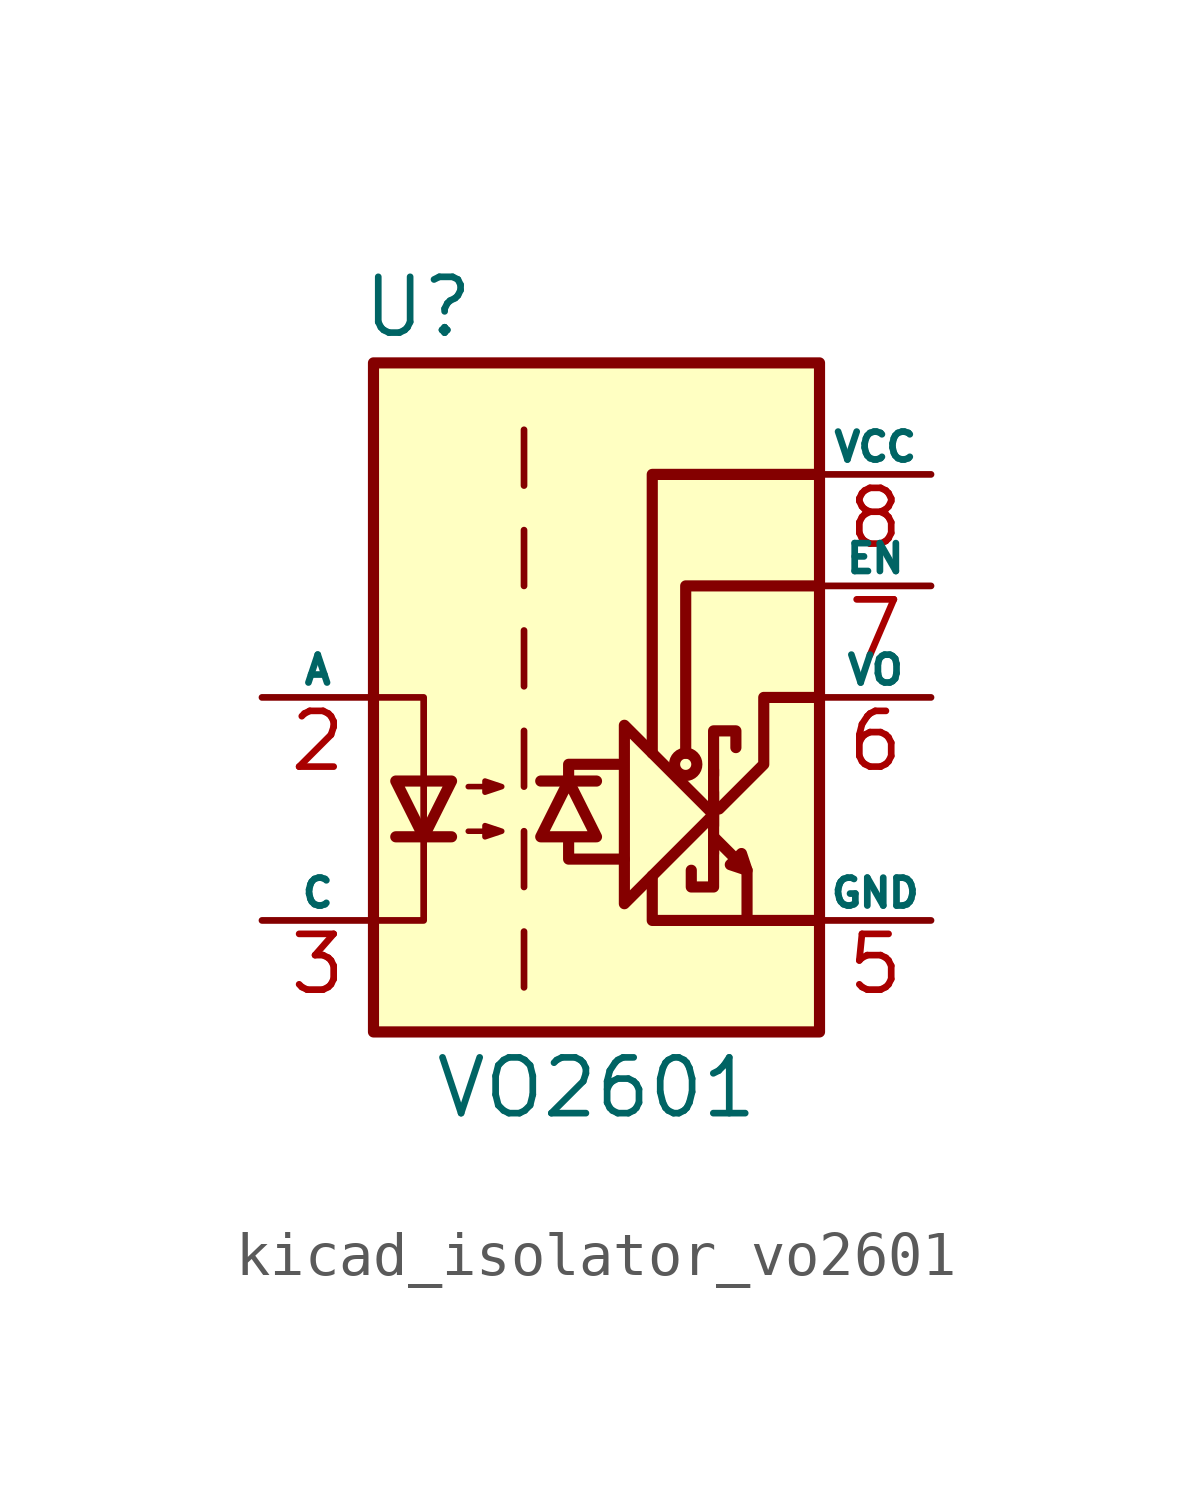
<source format=kicad_sym>
(kicad_symbol_lib
  (version 20220914)
  (generator kicad_symbol_editor)
  (symbol "kicad_isolator_vo2601"
    (pin_names
      (offset 0))
    (property "Reference" "U"
      (at -4.064 8.89 0)
      (effects (font (size 1.27 1.27))))
    (property "Value" "VO2601"
      (at 0 -8.89 0)
      (effects (font (size 1.27 1.27))))
    (symbol "kicad_isolator_vo2601_0_1"
      (polyline (pts (xy 2.667 -3.556) (xy 2.667 -1.651)) (stroke (width 0.254) (type default)) (fill (type none)))
      (polyline (pts (xy 2.667 -2.159) (xy 2.667 -2.921)) (stroke (width 0.254) (type default)) (fill (type none)))
      (polyline (pts (xy 3.429 -3.937) (xy 3.429 -5.08)) (stroke (width 0.254) (type default)) (fill (type none)))
      (polyline (pts (xy -0.635 -3.302) (xy -0.635 -3.683) (xy 0.635 -3.683)) (stroke (width 0.254) (type default)) (fill (type none)))
      (polyline (pts (xy -0.635 -1.905) (xy -0.635 -1.524) (xy 0.508 -1.524)) (stroke (width 0.254) (type default)) (fill (type none)))
      (polyline (pts (xy 1.27 -4.064) (xy 1.27 -5.08) (xy 5.08 -5.08)) (stroke (width 0.254) (type default)) (fill (type none)))
      (polyline (pts (xy 1.27 -1.27) (xy 1.27 5.08) (xy 5.08 5.08)) (stroke (width 0.254) (type default)) (fill (type none)))
      (polyline (pts (xy 2.032 -1.27) (xy 2.032 2.54) (xy 5.08 2.54)) (stroke (width 0.254) (type default)) (fill (type none)))
      (polyline (pts (xy -5.08 -5.08) (xy -3.937 -5.08) (xy -3.937 0) (xy -5.08 0)) (stroke (width 0) (type default)) (fill (type none)))
      (polyline (pts (xy 2.667 -3.302) (xy 2.667 -4.318) (xy 2.159 -4.318) (xy 2.159 -3.937)) (stroke (width 0.254) (type default)) (fill (type none)))
      (polyline (pts (xy 2.667 -2.667) (xy 0.635 -4.699) (xy 0.635 -0.635) (xy 2.667 -2.667)) (stroke (width 0.254) (type default)) (fill (type none)))
      (polyline (pts (xy 2.667 -1.778) (xy 2.667 -0.762) (xy 3.175 -0.762) (xy 3.175 -1.143)) (stroke (width 0.254) (type default)) (fill (type none)))
      (polyline (pts (xy 2.794 -2.54) (xy 3.81 -1.524) (xy 3.81 0) (xy 5.08 0)) (stroke (width 0.254) (type default)) (fill (type none)))
      (polyline (pts (xy 2.667 -3.175) (xy 3.429 -3.937) (xy 3.302 -3.556) (xy 3.048 -3.81) (xy 3.429 -3.937)) (stroke (width 0.254) (type default)) (fill (type none)))
      (circle (center 2.032 -1.524) (radius 0.254) (stroke (width 0.254) (type default)) (fill (type none))))
    (symbol "kicad_isolator_vo2601_1_1"
      (rectangle (start -5.08 7.62) (end 5.08 -7.62) (stroke (width 0.254) (type default)) (fill (type background)))
      (polyline (pts (xy -4.572 -3.175) (xy -3.302 -3.175)) (stroke (width 0.254) (type default)) (fill (type none)))
      (polyline (pts (xy -1.651 -5.334) (xy -1.651 -6.604)) (stroke (width 0) (type default)) (fill (type none)))
      (polyline (pts (xy -1.651 -3.048) (xy -1.651 -4.318)) (stroke (width 0) (type default)) (fill (type none)))
      (polyline (pts (xy -1.651 -0.762) (xy -1.651 -2.032)) (stroke (width 0) (type default)) (fill (type none)))
      (polyline (pts (xy -1.651 1.524) (xy -1.651 0.254)) (stroke (width 0) (type default)) (fill (type none)))
      (polyline (pts (xy -1.651 3.81) (xy -1.651 2.54)) (stroke (width 0) (type default)) (fill (type none)))
      (polyline (pts (xy -1.651 6.096) (xy -1.651 4.826)) (stroke (width 0) (type default)) (fill (type none)))
      (polyline (pts (xy -1.27 -1.905) (xy 0 -1.905)) (stroke (width 0.254) (type default)) (fill (type none)))
      (polyline (pts (xy -3.937 -3.175) (xy -4.572 -1.905) (xy -3.302 -1.905) (xy -3.937 -3.175)) (stroke (width 0.254) (type default)) (fill (type none)))
      (polyline (pts (xy -0.635 -1.905) (xy -1.27 -3.175) (xy 0 -3.175) (xy -0.635 -1.905)) (stroke (width 0.254) (type default)) (fill (type none)))
      (polyline (pts (xy -2.921 -3.048) (xy -2.159 -3.048) (xy -2.54 -3.175) (xy -2.54 -2.921) (xy -2.159 -3.048)) (stroke (width 0.127) (type default)) (fill (type none)))
      (polyline (pts (xy -2.921 -2.032) (xy -2.159 -2.032) (xy -2.54 -2.159) (xy -2.54 -1.905) (xy -2.159 -2.032)) (stroke (width 0.127) (type default)) (fill (type none)))
      (pin no_connect line (at -5.08 5.08 0) (length 2.54) hide (name "NC" (effects (font (size 0.635 0.635)))) (number "1" (effects (font (size 1.27 1.27)))))
      (pin passive line (at -7.62 0 0) (length 2.54) (name "A" (effects (font (size 0.635 0.635)))) (number "2" (effects (font (size 1.27 1.27)))))
      (pin passive line (at -7.62 -5.08 0) (length 2.54) (name "C" (effects (font (size 0.635 0.635)))) (number "3" (effects (font (size 1.27 1.27)))))
      (pin power_in line (at 7.62 -5.08 180) (length 2.54) (name "GND" (effects (font (size 0.635 0.635)))) (number "5" (effects (font (size 1.27 1.27)))))
      (pin open_collector line (at 7.62 0 180) (length 2.54) (name "VO" (effects (font (size 0.635 0.635)))) (number "6" (effects (font (size 1.27 1.27)))))
      (pin input line (at 7.62 2.54 180) (length 2.54) (name "EN" (effects (font (size 0.635 0.635)))) (number "7" (effects (font (size 1.27 1.27)))))
      (pin power_in line (at 7.62 5.08 180) (length 2.54) (name "VCC" (effects (font (size 0.635 0.635)))) (number "8" (effects (font (size 1.27 1.27))))))))
</source>
